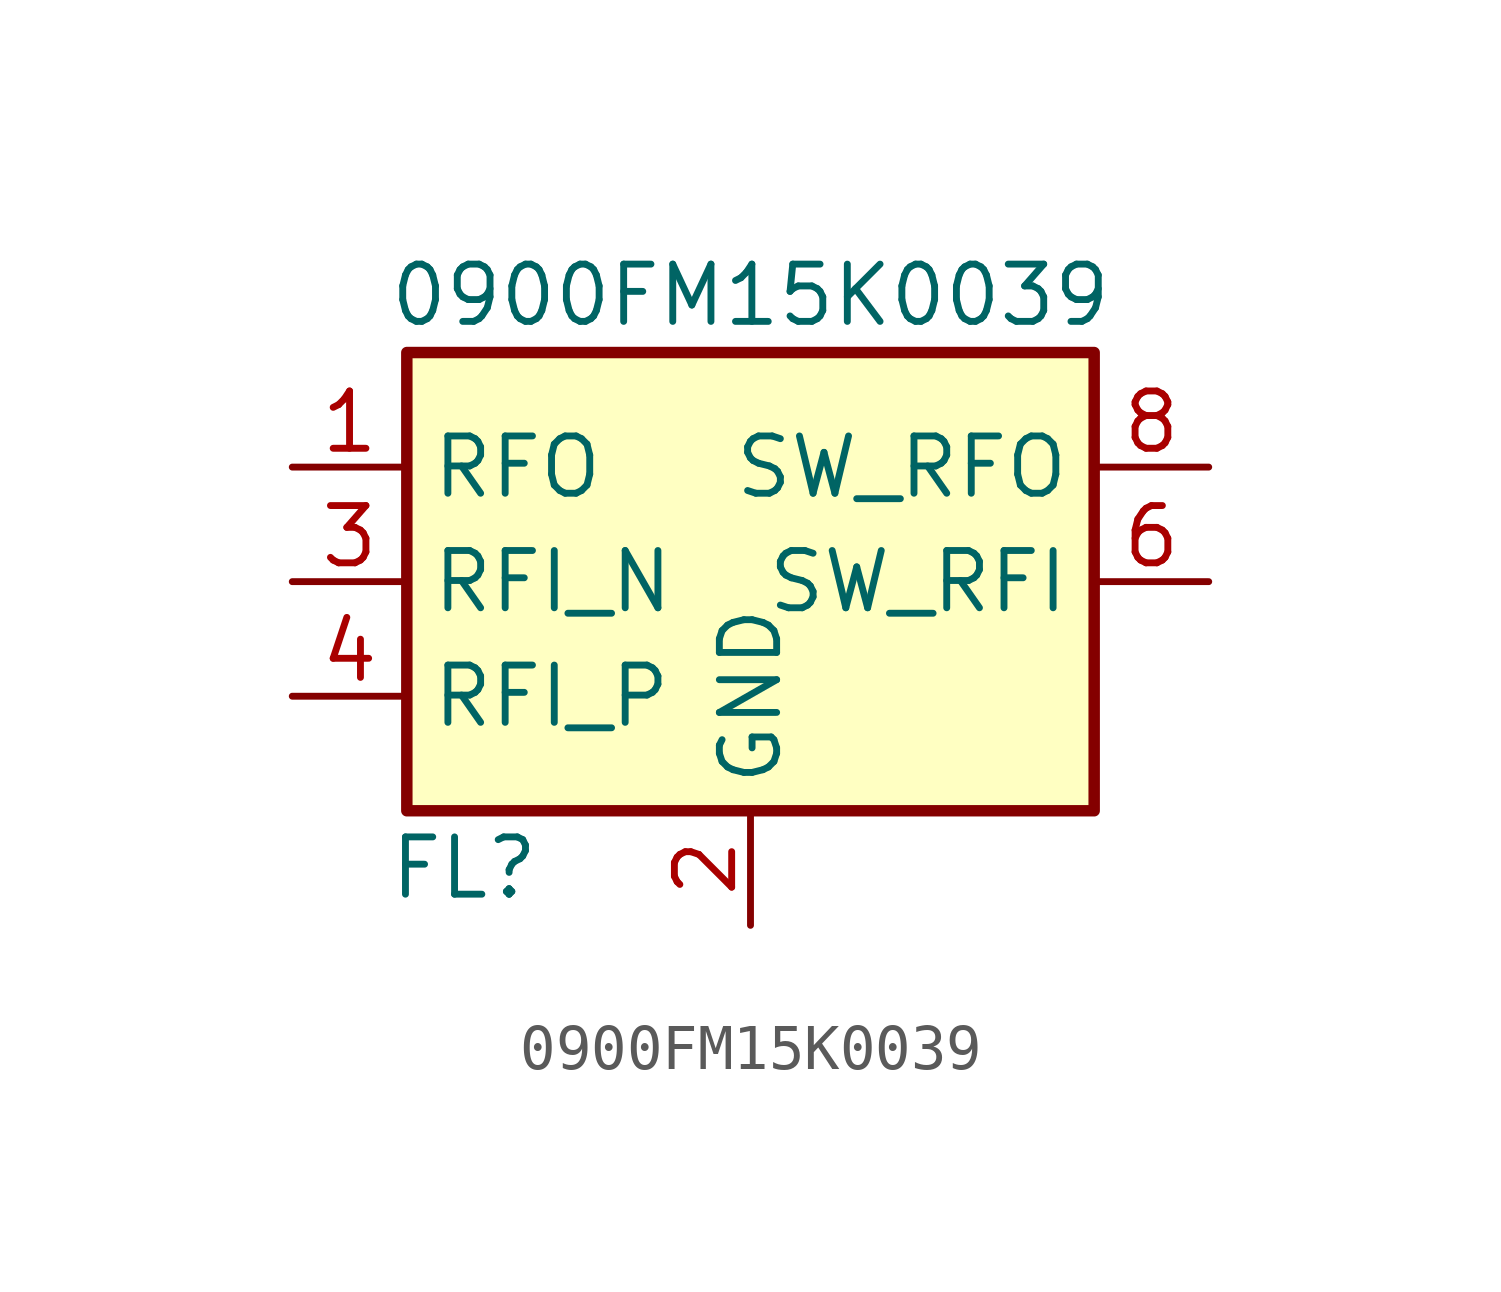
<source format=kicad_sym>
(kicad_symbol_lib
  (version 20220914)
  (generator kicad_symbol_editor)
  (symbol "0900FM15K0039"
    (property "Reference" "FL"
      (at -6.35 -6.35 0)
      (effects (font (size 1.27 1.27))))
    (property "Value" "0900FM15K0039"
      (at 0 6.35 0)
      (effects (font (size 1.27 1.27))))
    (symbol "0900FM15K0039_0_0"
      (pin passive line (at -10.16 2.54 0) (length 2.54) (name "RFO" (effects (font (size 1.27 1.27)))) (number "1" (effects (font (size 1.27 1.27)))))
      (pin passive line (at 0 -7.62 90) (length 2.54) hide (name "GND" (effects (font (size 1.27 1.27)))) (number "10" (effects (font (size 1.27 1.27)))))
      (pin power_in line (at 0 -7.62 90) (length 2.54) (name "GND" (effects (font (size 1.27 1.27)))) (number "2" (effects (font (size 1.27 1.27)))))
      (pin passive line (at -10.16 0 0) (length 2.54) (name "RFI_N" (effects (font (size 1.27 1.27)))) (number "3" (effects (font (size 1.27 1.27)))))
      (pin passive line (at -10.16 -2.54 0) (length 2.54) (name "RFI_P" (effects (font (size 1.27 1.27)))) (number "4" (effects (font (size 1.27 1.27)))))
      (pin passive line (at 0 -7.62 90) (length 2.54) hide (name "GND" (effects (font (size 1.27 1.27)))) (number "5" (effects (font (size 1.27 1.27)))))
      (pin passive line (at 10.16 0 180) (length 2.54) (name "SW_RFI" (effects (font (size 1.27 1.27)))) (number "6" (effects (font (size 1.27 1.27)))))
      (pin passive line (at 0 -7.62 90) (length 2.54) hide (name "GND" (effects (font (size 1.27 1.27)))) (number "7" (effects (font (size 1.27 1.27)))))
      (pin passive line (at 10.16 2.54 180) (length 2.54) (name "SW_RFO" (effects (font (size 1.27 1.27)))) (number "8" (effects (font (size 1.27 1.27)))))
      (pin passive line (at 0 -7.62 90) (length 2.54) hide (name "GND" (effects (font (size 1.27 1.27)))) (number "9" (effects (font (size 1.27 1.27))))))
    (symbol "0900FM15K0039_0_1"
      (rectangle (start -7.62 5.08) (end 7.62 -5.08) (stroke (width 0.254) (type default)) (fill (type background))))))
</source>
